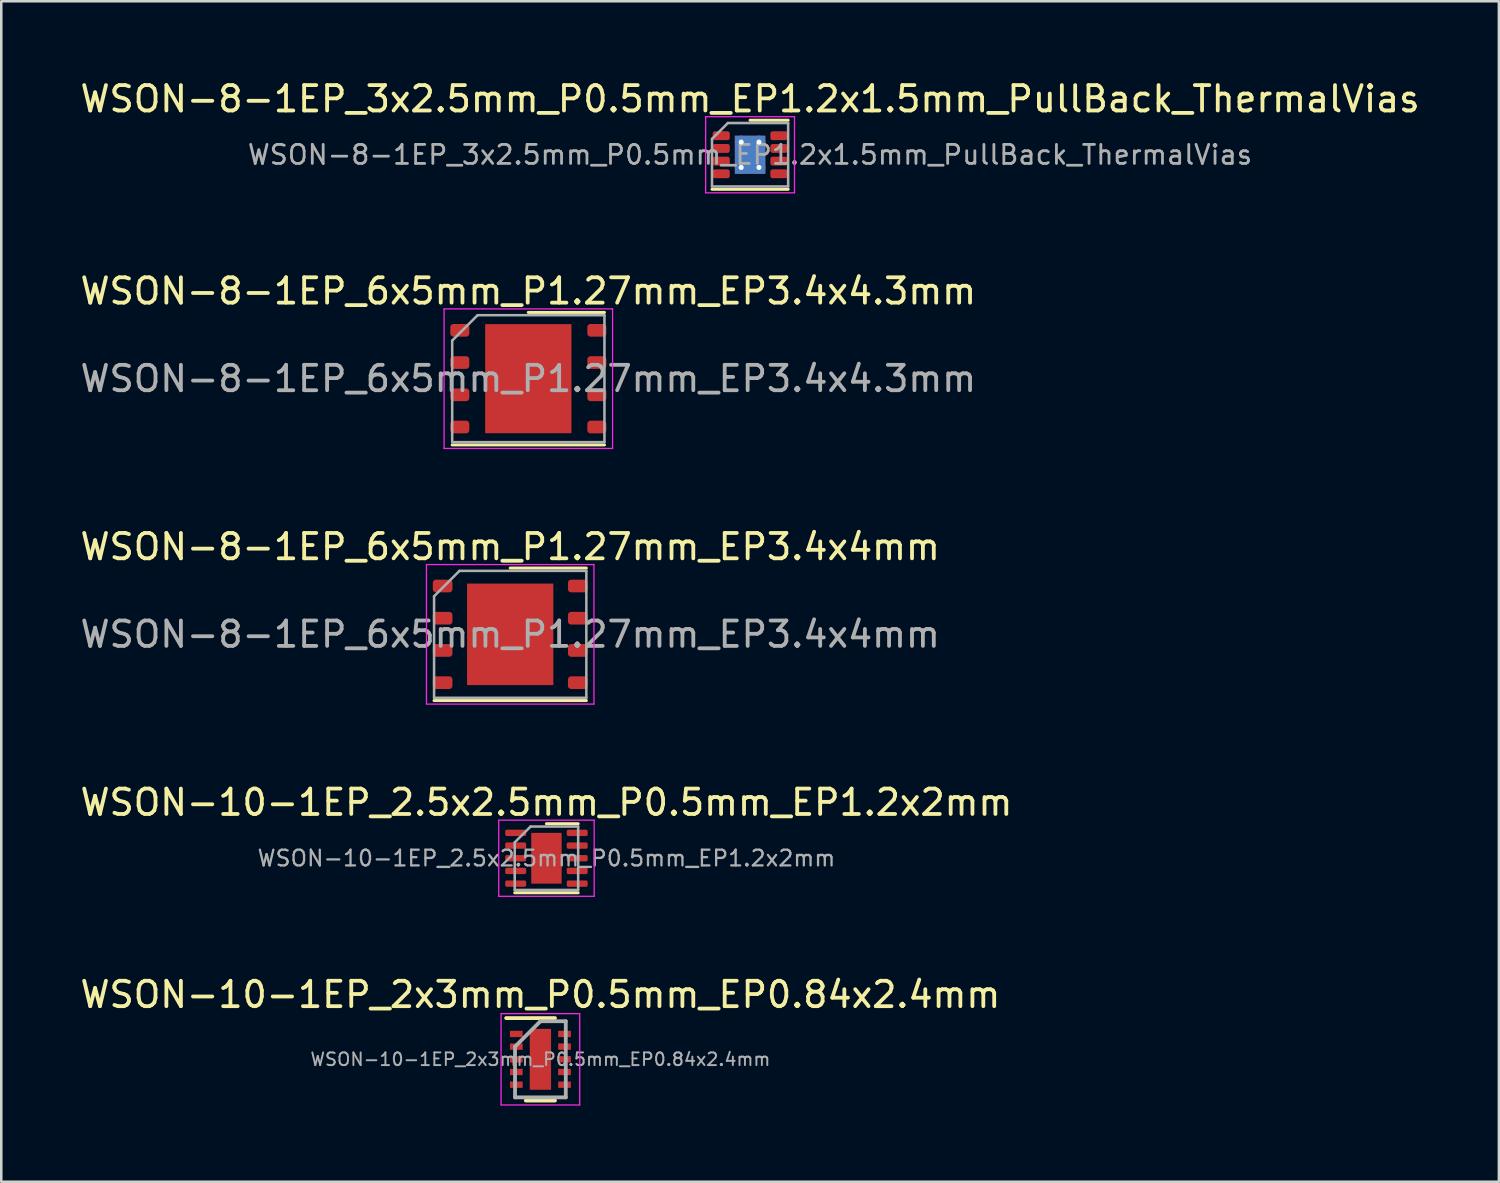
<source format=kicad_pcb>
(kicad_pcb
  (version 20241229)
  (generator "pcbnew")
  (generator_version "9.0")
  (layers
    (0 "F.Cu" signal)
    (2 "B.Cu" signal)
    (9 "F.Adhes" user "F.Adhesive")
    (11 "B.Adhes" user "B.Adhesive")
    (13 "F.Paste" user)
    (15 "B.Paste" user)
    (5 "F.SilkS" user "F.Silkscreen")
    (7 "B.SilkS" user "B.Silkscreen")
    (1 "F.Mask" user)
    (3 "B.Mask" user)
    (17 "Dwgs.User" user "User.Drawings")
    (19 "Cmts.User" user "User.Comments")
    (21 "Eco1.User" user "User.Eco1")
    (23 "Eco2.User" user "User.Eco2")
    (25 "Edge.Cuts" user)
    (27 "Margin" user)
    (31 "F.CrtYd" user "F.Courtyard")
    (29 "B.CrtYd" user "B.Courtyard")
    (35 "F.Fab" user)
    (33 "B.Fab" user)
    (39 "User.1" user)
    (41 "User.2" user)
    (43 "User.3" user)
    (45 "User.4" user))
  (footprint "WSON-10-1EP_2.5x2.5mm_P0.5mm_EP1.2x2mm"
    (layer "F.Cu")
    (at 18.482 30.768)
    (property "Reference" "WSON-10-1EP_2.5x2.5mm_P0.5mm_EP1.2x2mm" (at 0 -2.2 0) (layer "F.SilkS") (effects (font (size 1 1) (thickness 0.15))))
    (attr smd)
    (fp_line (start -1.25 1.36) (end 1.25 1.36) (stroke (width 0.12) (type solid)) (layer "F.SilkS"))
    (fp_line (start 0 -1.36) (end 1.25 -1.36) (stroke (width 0.12) (type solid)) (layer "F.SilkS"))
    (fp_line (start -1.88 -1.5) (end -1.88 1.5) (stroke (width 0.05) (type solid)) (layer "F.CrtYd"))
    (fp_line (start -1.88 1.5) (end 1.88 1.5) (stroke (width 0.05) (type solid)) (layer "F.CrtYd"))
    (fp_line (start 1.88 -1.5) (end -1.88 -1.5) (stroke (width 0.05) (type solid)) (layer "F.CrtYd"))
    (fp_line (start 1.88 1.5) (end 1.88 -1.5) (stroke (width 0.05) (type solid)) (layer "F.CrtYd"))
    (fp_line (start -1.25 -0.625) (end -0.625 -1.25) (stroke (width 0.1) (type solid)) (layer "F.Fab"))
    (fp_line (start -1.25 1.25) (end -1.25 -0.625) (stroke (width 0.1) (type solid)) (layer "F.Fab"))
    (fp_line (start -0.625 -1.25) (end 1.25 -1.25) (stroke (width 0.1) (type solid)) (layer "F.Fab"))
    (fp_line (start 1.25 -1.25) (end 1.25 1.25) (stroke (width 0.1) (type solid)) (layer "F.Fab"))
    (fp_line (start 1.25 1.25) (end -1.25 1.25) (stroke (width 0.1) (type solid)) (layer "F.Fab"))
    (fp_text user "${REFERENCE}" (at 0 0 0) (layer "F.Fab") (effects (font (size 0.62 0.62) (thickness 0.09))))
    (pad "" smd roundrect (at -0.3 -0.5) (size 0.48 0.81) (layers "F.Paste") (roundrect_rratio 0.25))
    (pad "" smd roundrect (at -0.3 0.5) (size 0.48 0.81) (layers "F.Paste") (roundrect_rratio 0.25))
    (pad "" smd roundrect (at 0.3 -0.5) (size 0.48 0.81) (layers "F.Paste") (roundrect_rratio 0.25))
    (pad "" smd roundrect (at 0.3 0.5) (size 0.48 0.81) (layers "F.Paste") (roundrect_rratio 0.25))
    (pad "1" smd roundrect (at -1.212 -1) (size 0.825 0.25) (layers "F.Cu" "F.Mask" "F.Paste") (roundrect_rratio 0.25))
    (pad "2" smd roundrect (at -1.212 -0.5) (size 0.825 0.25) (layers "F.Cu" "F.Mask" "F.Paste") (roundrect_rratio 0.25))
    (pad "3" smd roundrect (at -1.212 0) (size 0.825 0.25) (layers "F.Cu" "F.Mask" "F.Paste") (roundrect_rratio 0.25))
    (pad "4" smd roundrect (at -1.212 0.5) (size 0.825 0.25) (layers "F.Cu" "F.Mask" "F.Paste") (roundrect_rratio 0.25))
    (pad "5" smd roundrect (at -1.212 1) (size 0.825 0.25) (layers "F.Cu" "F.Mask" "F.Paste") (roundrect_rratio 0.25))
    (pad "6" smd roundrect (at 1.212 1) (size 0.825 0.25) (layers "F.Cu" "F.Mask" "F.Paste") (roundrect_rratio 0.25))
    (pad "7" smd roundrect (at 1.212 0.5) (size 0.825 0.25) (layers "F.Cu" "F.Mask" "F.Paste") (roundrect_rratio 0.25))
    (pad "8" smd roundrect (at 1.212 0) (size 0.825 0.25) (layers "F.Cu" "F.Mask" "F.Paste") (roundrect_rratio 0.25))
    (pad "9" smd roundrect (at 1.212 -0.5) (size 0.825 0.25) (layers "F.Cu" "F.Mask" "F.Paste") (roundrect_rratio 0.25))
    (pad "10" smd roundrect (at 1.212 -1) (size 0.825 0.25) (layers "F.Cu" "F.Mask" "F.Paste") (roundrect_rratio 0.25))
    (pad "11" smd rect (at 0 0) (size 1.2 2) (layers "F.Cu" "F.Mask")))
  (footprint "WSON-8-1EP_6x5mm_P1.27mm_EP3.4x4mm"
    (layer "F.Cu")
    (at 17.054 21.945)
    (property "Reference" "WSON-8-1EP_6x5mm_P1.27mm_EP3.4x4mm" (at 0 -3.45 0) (layer "F.SilkS") (effects (font (size 1 1) (thickness 0.15))))
    (attr smd)
    (fp_line (start -3 2.61) (end 3 2.61) (stroke (width 0.12) (type solid)) (layer "F.SilkS"))
    (fp_line (start 0 -2.61) (end 3 -2.61) (stroke (width 0.12) (type solid)) (layer "F.SilkS"))
    (fp_line (start -3.3 -2.75) (end -3.3 2.75) (stroke (width 0.05) (type solid)) (layer "F.CrtYd"))
    (fp_line (start -3.3 2.75) (end 3.3 2.75) (stroke (width 0.05) (type solid)) (layer "F.CrtYd"))
    (fp_line (start 3.3 -2.75) (end -3.3 -2.75) (stroke (width 0.05) (type solid)) (layer "F.CrtYd"))
    (fp_line (start 3.3 2.75) (end 3.3 -2.75) (stroke (width 0.05) (type solid)) (layer "F.CrtYd"))
    (fp_line (start -3 -1.5) (end -2 -2.5) (stroke (width 0.1) (type solid)) (layer "F.Fab"))
    (fp_line (start -3 2.5) (end -3 -1.5) (stroke (width 0.1) (type solid)) (layer "F.Fab"))
    (fp_line (start -2 -2.5) (end 3 -2.5) (stroke (width 0.1) (type solid)) (layer "F.Fab"))
    (fp_line (start 3 -2.5) (end 3 2.5) (stroke (width 0.1) (type solid)) (layer "F.Fab"))
    (fp_line (start 3 2.5) (end -3 2.5) (stroke (width 0.1) (type solid)) (layer "F.Fab"))
    (fp_text user "${REFERENCE}" (at 0 0 0) (layer "F.Fab") (effects (font (size 1 1) (thickness 0.15))))
    (pad "" smd roundrect (at -0.85 -1) (size 1.37 1.61) (layers "F.Paste") (roundrect_rratio 0.182))
    (pad "" smd roundrect (at -0.85 1) (size 1.37 1.61) (layers "F.Paste") (roundrect_rratio 0.182))
    (pad "" smd roundrect (at 0.85 -1) (size 1.37 1.61) (layers "F.Paste") (roundrect_rratio 0.182))
    (pad "" smd roundrect (at 0.85 1) (size 1.37 1.61) (layers "F.Paste") (roundrect_rratio 0.182))
    (pad "1" smd roundrect (at -2.663 -1.905) (size 0.775 0.5) (layers "F.Cu" "F.Mask" "F.Paste") (roundrect_rratio 0.25))
    (pad "2" smd roundrect (at -2.663 -0.635) (size 0.775 0.5) (layers "F.Cu" "F.Mask" "F.Paste") (roundrect_rratio 0.25))
    (pad "3" smd roundrect (at -2.663 0.635) (size 0.775 0.5) (layers "F.Cu" "F.Mask" "F.Paste") (roundrect_rratio 0.25))
    (pad "4" smd roundrect (at -2.663 1.905) (size 0.775 0.5) (layers "F.Cu" "F.Mask" "F.Paste") (roundrect_rratio 0.25))
    (pad "5" smd roundrect (at 2.663 1.905) (size 0.775 0.5) (layers "F.Cu" "F.Mask" "F.Paste") (roundrect_rratio 0.25))
    (pad "6" smd roundrect (at 2.663 0.635) (size 0.775 0.5) (layers "F.Cu" "F.Mask" "F.Paste") (roundrect_rratio 0.25))
    (pad "7" smd roundrect (at 2.663 -0.635) (size 0.775 0.5) (layers "F.Cu" "F.Mask" "F.Paste") (roundrect_rratio 0.25))
    (pad "8" smd roundrect (at 2.663 -1.905) (size 0.775 0.5) (layers "F.Cu" "F.Mask" "F.Paste") (roundrect_rratio 0.25))
    (pad "9" smd rect (at 0 0) (size 3.4 4) (layers "F.Cu" "F.Mask")))
  (footprint "WSON-10-1EP_2x3mm_P0.5mm_EP0.84x2.4mm"
    (layer "F.Cu")
    (at 18.244 38.691)
    (property "Reference" "WSON-10-1EP_2x3mm_P0.5mm_EP0.84x2.4mm" (at 0 -2.55 0) (layer "F.SilkS") (effects (font (size 1 1) (thickness 0.15))))
    (attr smd)
    (fp_line (start -1.35 -1.625) (end 0.575 -1.625) (stroke (width 0.15) (type solid)) (layer "F.SilkS"))
    (fp_line (start -0.575 1.625) (end 0.575 1.625) (stroke (width 0.15) (type solid)) (layer "F.SilkS"))
    (fp_line (start -1.55 -1.8) (end -1.55 1.8) (stroke (width 0.05) (type solid)) (layer "F.CrtYd"))
    (fp_line (start -1.55 -1.8) (end 1.55 -1.8) (stroke (width 0.05) (type solid)) (layer "F.CrtYd"))
    (fp_line (start -1.55 1.8) (end 1.55 1.8) (stroke (width 0.05) (type solid)) (layer "F.CrtYd"))
    (fp_line (start 1.55 -1.8) (end 1.55 1.8) (stroke (width 0.05) (type solid)) (layer "F.CrtYd"))
    (fp_line (start -1 -0.5) (end 0 -1.5) (stroke (width 0.15) (type solid)) (layer "F.Fab"))
    (fp_line (start -1 1.5) (end -1 -0.5) (stroke (width 0.15) (type solid)) (layer "F.Fab"))
    (fp_line (start 0 -1.5) (end 1 -1.5) (stroke (width 0.15) (type solid)) (layer "F.Fab"))
    (fp_line (start 1 -1.5) (end 1 1.5) (stroke (width 0.15) (type solid)) (layer "F.Fab"))
    (fp_line (start 1 1.5) (end -1 1.5) (stroke (width 0.15) (type solid)) (layer "F.Fab"))
    (fp_text user "${REFERENCE}" (at 0 0 0) (layer "F.Fab") (effects (font (size 0.5 0.5) (thickness 0.075))))
    (pad "" smd rect (at 0 -0.8) (size 0.65 0.61) (layers "F.Paste"))
    (pad "" smd rect (at 0 0) (size 0.65 0.61) (layers "F.Paste"))
    (pad "" smd rect (at 0 0.8) (size 0.65 0.61) (layers "F.Paste"))
    (pad "1" smd rect (at -0.95 -1) (size 0.5 0.25) (layers "F.Cu" "F.Mask" "F.Paste"))
    (pad "2" smd rect (at -0.95 -0.5) (size 0.5 0.25) (layers "F.Cu" "F.Mask" "F.Paste"))
    (pad "3" smd rect (at -0.95 0) (size 0.5 0.25) (layers "F.Cu" "F.Mask" "F.Paste"))
    (pad "4" smd rect (at -0.95 0.5) (size 0.5 0.25) (layers "F.Cu" "F.Mask" "F.Paste"))
    (pad "5" smd rect (at -0.95 1) (size 0.5 0.25) (layers "F.Cu" "F.Mask" "F.Paste"))
    (pad "6" smd rect (at 0.95 1) (size 0.5 0.25) (layers "F.Cu" "F.Mask" "F.Paste"))
    (pad "7" smd rect (at 0.95 0.5) (size 0.5 0.25) (layers "F.Cu" "F.Mask" "F.Paste"))
    (pad "8" smd rect (at 0.95 0) (size 0.5 0.25) (layers "F.Cu" "F.Mask" "F.Paste"))
    (pad "9" smd rect (at 0.95 -0.5) (size 0.5 0.25) (layers "F.Cu" "F.Mask" "F.Paste"))
    (pad "10" smd rect (at 0.95 -1) (size 0.5 0.25) (layers "F.Cu" "F.Mask" "F.Paste"))
    (pad "11" smd rect (at 0 0) (size 0.84 2.4) (layers "F.Cu" "F.Mask")))
  (footprint "WSON-8-1EP_6x5mm_P1.27mm_EP3.4x4.3mm"
    (layer "F.Cu")
    (at 17.768 11.871)
    (property "Reference" "WSON-8-1EP_6x5mm_P1.27mm_EP3.4x4.3mm" (at 0 -3.45 0) (layer "F.SilkS") (effects (font (size 1 1) (thickness 0.15))))
    (attr smd)
    (fp_line (start -3 2.61) (end 3 2.61) (stroke (width 0.12) (type solid)) (layer "F.SilkS"))
    (fp_line (start 0 -2.61) (end 3 -2.61) (stroke (width 0.12) (type solid)) (layer "F.SilkS"))
    (fp_line (start -3.32 -2.75) (end -3.32 2.75) (stroke (width 0.05) (type solid)) (layer "F.CrtYd"))
    (fp_line (start -3.32 2.75) (end 3.32 2.75) (stroke (width 0.05) (type solid)) (layer "F.CrtYd"))
    (fp_line (start 3.32 -2.75) (end -3.32 -2.75) (stroke (width 0.05) (type solid)) (layer "F.CrtYd"))
    (fp_line (start 3.32 2.75) (end 3.32 -2.75) (stroke (width 0.05) (type solid)) (layer "F.CrtYd"))
    (fp_line (start -3 -1.5) (end -2 -2.5) (stroke (width 0.1) (type solid)) (layer "F.Fab"))
    (fp_line (start -3 2.5) (end -3 -1.5) (stroke (width 0.1) (type solid)) (layer "F.Fab"))
    (fp_line (start -2 -2.5) (end 3 -2.5) (stroke (width 0.1) (type solid)) (layer "F.Fab"))
    (fp_line (start 3 -2.5) (end 3 2.5) (stroke (width 0.1) (type solid)) (layer "F.Fab"))
    (fp_line (start 3 2.5) (end -3 2.5) (stroke (width 0.1) (type solid)) (layer "F.Fab"))
    (fp_text user "${REFERENCE}" (at 0 0 0) (layer "F.Fab") (effects (font (size 1 1) (thickness 0.15))))
    (pad "" smd roundrect (at -0.85 -1.075) (size 1.37 1.73) (layers "F.Paste") (roundrect_rratio 0.182))
    (pad "" smd roundrect (at -0.85 1.075) (size 1.37 1.73) (layers "F.Paste") (roundrect_rratio 0.182))
    (pad "" smd roundrect (at 0.85 -1.075) (size 1.37 1.73) (layers "F.Paste") (roundrect_rratio 0.182))
    (pad "" smd roundrect (at 0.85 1.075) (size 1.37 1.73) (layers "F.Paste") (roundrect_rratio 0.182))
    (pad "1" smd roundrect (at -2.7 -1.905) (size 0.75 0.5) (layers "F.Cu" "F.Mask" "F.Paste") (roundrect_rratio 0.25))
    (pad "2" smd roundrect (at -2.7 -0.635) (size 0.75 0.5) (layers "F.Cu" "F.Mask" "F.Paste") (roundrect_rratio 0.25))
    (pad "3" smd roundrect (at -2.7 0.635) (size 0.75 0.5) (layers "F.Cu" "F.Mask" "F.Paste") (roundrect_rratio 0.25))
    (pad "4" smd roundrect (at -2.7 1.905) (size 0.75 0.5) (layers "F.Cu" "F.Mask" "F.Paste") (roundrect_rratio 0.25))
    (pad "5" smd roundrect (at 2.7 1.905) (size 0.75 0.5) (layers "F.Cu" "F.Mask" "F.Paste") (roundrect_rratio 0.25))
    (pad "6" smd roundrect (at 2.7 0.635) (size 0.75 0.5) (layers "F.Cu" "F.Mask" "F.Paste") (roundrect_rratio 0.25))
    (pad "7" smd roundrect (at 2.7 -0.635) (size 0.75 0.5) (layers "F.Cu" "F.Mask" "F.Paste") (roundrect_rratio 0.25))
    (pad "8" smd roundrect (at 2.7 -1.905) (size 0.75 0.5) (layers "F.Cu" "F.Mask" "F.Paste") (roundrect_rratio 0.25))
    (pad "9" smd rect (at 0 0) (size 3.4 4.3) (layers "F.Cu" "F.Mask")))
  (footprint "WSON-8-1EP_3x2.5mm_P0.5mm_EP1.2x1.5mm_PullBack_ThermalVias"
    (layer "F.Cu")
    (at 26.506 3.048)
    (property "Reference" "WSON-8-1EP_3x2.5mm_P0.5mm_EP1.2x1.5mm_PullBack_ThermalVias" (at 0 -2.2 0) (layer "F.SilkS") (effects (font (size 1 1) (thickness 0.15))))
    (attr smd)
    (fp_line (start -1.5 1.36) (end 1.5 1.36) (stroke (width 0.12) (type solid)) (layer "F.SilkS"))
    (fp_line (start 0 -1.36) (end 1.5 -1.36) (stroke (width 0.12) (type solid)) (layer "F.SilkS"))
    (fp_line (start -1.75 -1.5) (end -1.75 1.5) (stroke (width 0.05) (type solid)) (layer "F.CrtYd"))
    (fp_line (start -1.75 1.5) (end 1.75 1.5) (stroke (width 0.05) (type solid)) (layer "F.CrtYd"))
    (fp_line (start 1.75 -1.5) (end -1.75 -1.5) (stroke (width 0.05) (type solid)) (layer "F.CrtYd"))
    (fp_line (start 1.75 1.5) (end 1.75 -1.5) (stroke (width 0.05) (type solid)) (layer "F.CrtYd"))
    (fp_line (start -1.5 -0.625) (end -0.875 -1.25) (stroke (width 0.1) (type solid)) (layer "F.Fab"))
    (fp_line (start -1.5 1.25) (end -1.5 -0.625) (stroke (width 0.1) (type solid)) (layer "F.Fab"))
    (fp_line (start -0.875 -1.25) (end 1.5 -1.25) (stroke (width 0.1) (type solid)) (layer "F.Fab"))
    (fp_line (start 1.5 -1.25) (end 1.5 1.25) (stroke (width 0.1) (type solid)) (layer "F.Fab"))
    (fp_line (start 1.5 1.25) (end -1.5 1.25) (stroke (width 0.1) (type solid)) (layer "F.Fab"))
    (fp_text user "${REFERENCE}" (at 0 0 0) (layer "F.Fab") (effects (font (size 0.75 0.75) (thickness 0.11))))
    (pad "" smd roundrect (at -0.3 -0.375) (size 0.52 0.65) (layers "F.Paste") (roundrect_rratio 0.25))
    (pad "" smd roundrect (at -0.3 0.375) (size 0.52 0.65) (layers "F.Paste") (roundrect_rratio 0.25))
    (pad "" smd roundrect (at 0.3 -0.375) (size 0.52 0.65) (layers "F.Paste") (roundrect_rratio 0.25))
    (pad "" smd roundrect (at 0.3 0.375) (size 0.52 0.65) (layers "F.Paste") (roundrect_rratio 0.25))
    (pad "1" smd roundrect (at -1.137 -0.75) (size 0.675 0.35) (layers "F.Cu" "F.Mask" "F.Paste") (roundrect_rratio 0.25))
    (pad "2" smd roundrect (at -1.137 -0.25) (size 0.675 0.35) (layers "F.Cu" "F.Mask" "F.Paste") (roundrect_rratio 0.25))
    (pad "3" smd roundrect (at -1.137 0.25) (size 0.675 0.35) (layers "F.Cu" "F.Mask" "F.Paste") (roundrect_rratio 0.25))
    (pad "4" smd roundrect (at -1.137 0.75) (size 0.675 0.35) (layers "F.Cu" "F.Mask" "F.Paste") (roundrect_rratio 0.25))
    (pad "5" smd roundrect (at 1.137 0.75) (size 0.675 0.35) (layers "F.Cu" "F.Mask" "F.Paste") (roundrect_rratio 0.25))
    (pad "6" smd roundrect (at 1.137 0.25) (size 0.675 0.35) (layers "F.Cu" "F.Mask" "F.Paste") (roundrect_rratio 0.25))
    (pad "7" smd roundrect (at 1.137 -0.25) (size 0.675 0.35) (layers "F.Cu" "F.Mask" "F.Paste") (roundrect_rratio 0.25))
    (pad "8" smd roundrect (at 1.137 -0.75) (size 0.675 0.35) (layers "F.Cu" "F.Mask" "F.Paste") (roundrect_rratio 0.25))
    (pad "9" thru_hole circle (at -0.35 -0.5) (size 0.5 0.5) (drill 0.2) (layers "*.Cu"))
    (pad "9" thru_hole circle (at -0.35 0.5) (size 0.5 0.5) (drill 0.2) (layers "*.Cu"))
    (pad "9" smd rect (at 0 0) (size 1.2 1.5) (layers "F.Cu" "F.Mask"))
    (pad "9" smd rect (at 0 0) (size 1.2 1.5) (layers "B.Cu"))
    (pad "9" thru_hole circle (at 0.35 -0.5) (size 0.5 0.5) (drill 0.2) (layers "*.Cu"))
    (pad "9" thru_hole circle (at 0.35 0.5) (size 0.5 0.5) (drill 0.2) (layers "*.Cu")))
  (gr_rect
    (start -3 -3)
    (end 56.012 43.516)
    (stroke (width 0.1) (type default))
    (fill no)
    (layer "Edge.Cuts")))
</source>
